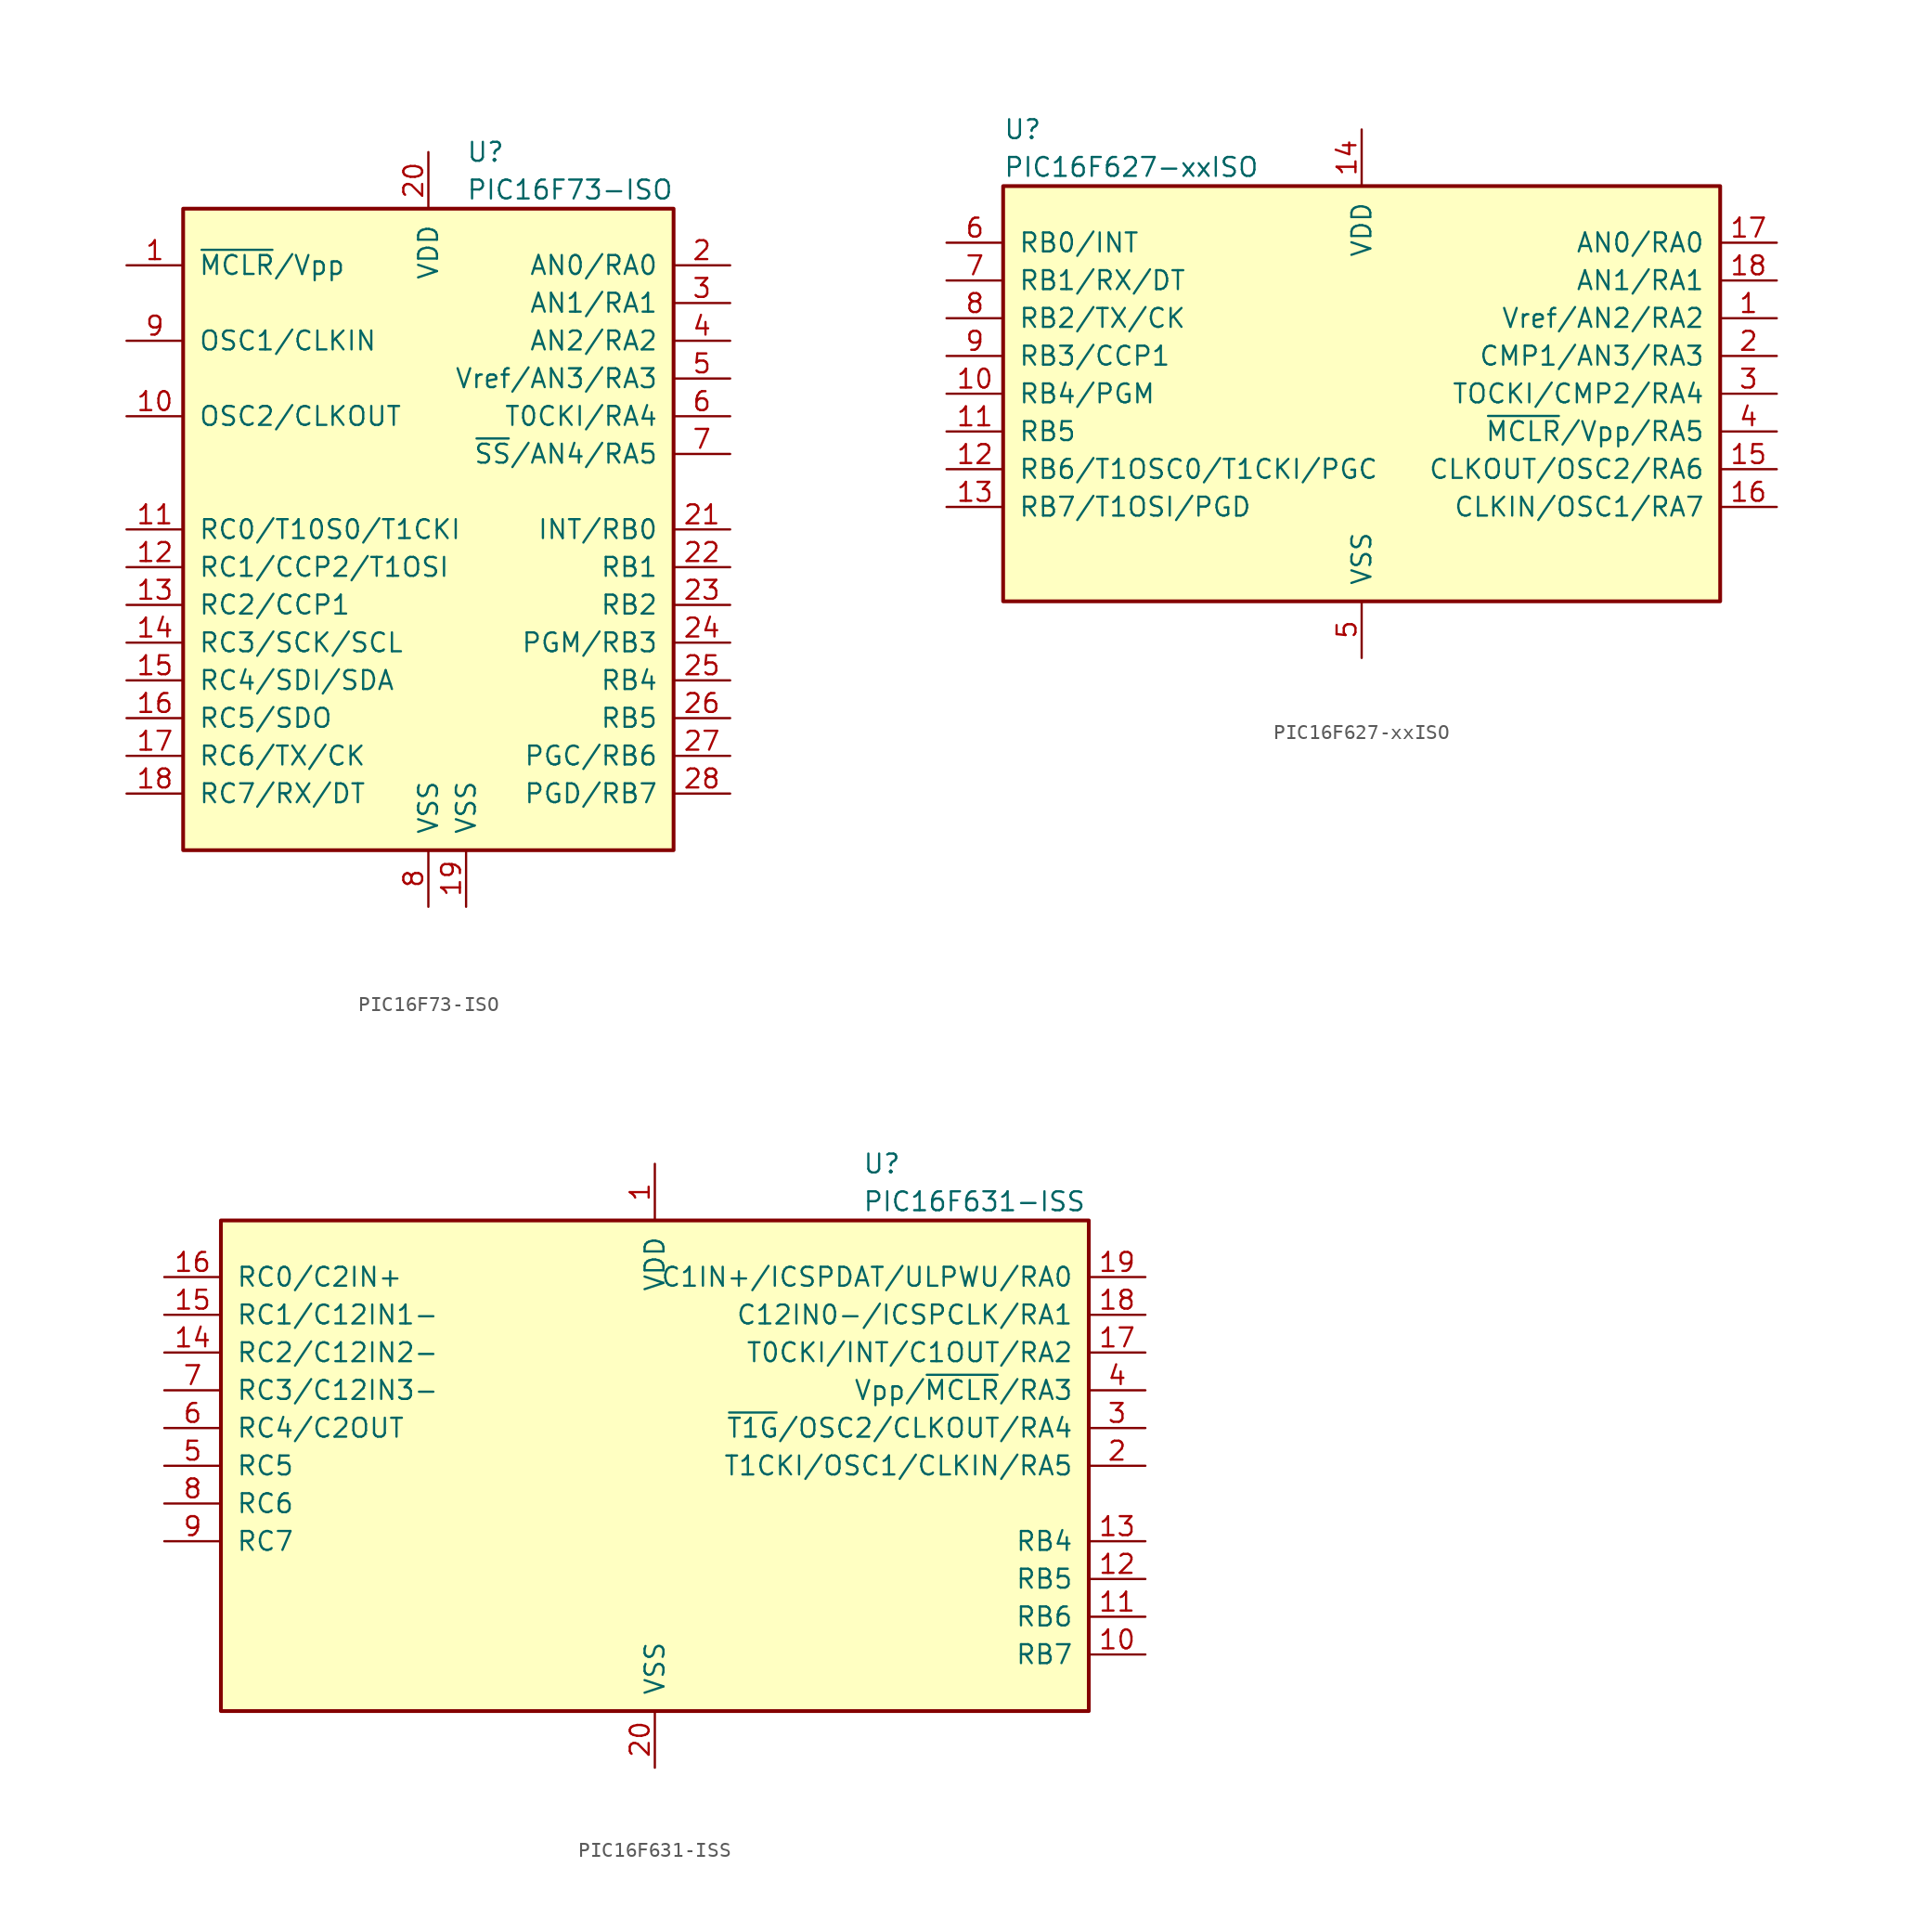
<source format=kicad_sym>
(kicad_symbol_lib
  (version 20211014)
  (generator kicad_symbol_editor)
  (symbol "PIC16F73-ISO"
    (pin_names
      (offset 1.016))
    (property "Reference" "U"
      (at 2.54 25.4 0)
      (effects (font (size 1.27 1.27)) (justify left)))
    (property "Value" "PIC16F73-ISO"
      (at 2.54 22.86 0)
      (effects (font (size 1.27 1.27)) (justify left)))
    (symbol "PIC16F73-ISO_0_1"
      (rectangle (start -16.51 -21.59) (end 16.51 21.59) (stroke (width 0.254) (type default) (color 0 0 0 0)) (fill (type background))))
    (symbol "PIC16F73-ISO_1_1"
      (pin input line (at -20.32 17.78 0) (length 3.81) (name "~{MCLR}/Vpp" (effects (font (size 1.27 1.27)))) (number "1" (effects (font (size 1.27 1.27)))))
      (pin output line (at -20.32 7.62 0) (length 3.81) (name "OSC2/CLKOUT" (effects (font (size 1.27 1.27)))) (number "10" (effects (font (size 1.27 1.27)))))
      (pin bidirectional line (at -20.32 0 0) (length 3.81) (name "RC0/T10S0/T1CKI" (effects (font (size 1.27 1.27)))) (number "11" (effects (font (size 1.27 1.27)))))
      (pin bidirectional line (at -20.32 -2.54 0) (length 3.81) (name "RC1/CCP2/T1OSI" (effects (font (size 1.27 1.27)))) (number "12" (effects (font (size 1.27 1.27)))))
      (pin bidirectional line (at -20.32 -5.08 0) (length 3.81) (name "RC2/CCP1" (effects (font (size 1.27 1.27)))) (number "13" (effects (font (size 1.27 1.27)))))
      (pin bidirectional line (at -20.32 -7.62 0) (length 3.81) (name "RC3/SCK/SCL" (effects (font (size 1.27 1.27)))) (number "14" (effects (font (size 1.27 1.27)))))
      (pin bidirectional line (at -20.32 -10.16 0) (length 3.81) (name "RC4/SDI/SDA" (effects (font (size 1.27 1.27)))) (number "15" (effects (font (size 1.27 1.27)))))
      (pin bidirectional line (at -20.32 -12.7 0) (length 3.81) (name "RC5/SDO" (effects (font (size 1.27 1.27)))) (number "16" (effects (font (size 1.27 1.27)))))
      (pin bidirectional line (at -20.32 -15.24 0) (length 3.81) (name "RC6/TX/CK" (effects (font (size 1.27 1.27)))) (number "17" (effects (font (size 1.27 1.27)))))
      (pin bidirectional line (at -20.32 -17.78 0) (length 3.81) (name "RC7/RX/DT" (effects (font (size 1.27 1.27)))) (number "18" (effects (font (size 1.27 1.27)))))
      (pin power_in line (at 2.54 -25.4 90) (length 3.81) (name "VSS" (effects (font (size 1.27 1.27)))) (number "19" (effects (font (size 1.27 1.27)))))
      (pin bidirectional line (at 20.32 17.78 180) (length 3.81) (name "AN0/RA0" (effects (font (size 1.27 1.27)))) (number "2" (effects (font (size 1.27 1.27)))))
      (pin power_in line (at 0 25.4 270) (length 3.81) (name "VDD" (effects (font (size 1.27 1.27)))) (number "20" (effects (font (size 1.27 1.27)))))
      (pin bidirectional line (at 20.32 0 180) (length 3.81) (name "INT/RB0" (effects (font (size 1.27 1.27)))) (number "21" (effects (font (size 1.27 1.27)))))
      (pin bidirectional line (at 20.32 -2.54 180) (length 3.81) (name "RB1" (effects (font (size 1.27 1.27)))) (number "22" (effects (font (size 1.27 1.27)))))
      (pin bidirectional line (at 20.32 -5.08 180) (length 3.81) (name "RB2" (effects (font (size 1.27 1.27)))) (number "23" (effects (font (size 1.27 1.27)))))
      (pin bidirectional line (at 20.32 -7.62 180) (length 3.81) (name "PGM/RB3" (effects (font (size 1.27 1.27)))) (number "24" (effects (font (size 1.27 1.27)))))
      (pin bidirectional line (at 20.32 -10.16 180) (length 3.81) (name "RB4" (effects (font (size 1.27 1.27)))) (number "25" (effects (font (size 1.27 1.27)))))
      (pin bidirectional line (at 20.32 -12.7 180) (length 3.81) (name "RB5" (effects (font (size 1.27 1.27)))) (number "26" (effects (font (size 1.27 1.27)))))
      (pin bidirectional line (at 20.32 -15.24 180) (length 3.81) (name "PGC/RB6" (effects (font (size 1.27 1.27)))) (number "27" (effects (font (size 1.27 1.27)))))
      (pin bidirectional line (at 20.32 -17.78 180) (length 3.81) (name "PGD/RB7" (effects (font (size 1.27 1.27)))) (number "28" (effects (font (size 1.27 1.27)))))
      (pin bidirectional line (at 20.32 15.24 180) (length 3.81) (name "AN1/RA1" (effects (font (size 1.27 1.27)))) (number "3" (effects (font (size 1.27 1.27)))))
      (pin bidirectional line (at 20.32 12.7 180) (length 3.81) (name "AN2/RA2" (effects (font (size 1.27 1.27)))) (number "4" (effects (font (size 1.27 1.27)))))
      (pin bidirectional line (at 20.32 10.16 180) (length 3.81) (name "Vref/AN3/RA3" (effects (font (size 1.27 1.27)))) (number "5" (effects (font (size 1.27 1.27)))))
      (pin bidirectional line (at 20.32 7.62 180) (length 3.81) (name "T0CKI/RA4" (effects (font (size 1.27 1.27)))) (number "6" (effects (font (size 1.27 1.27)))))
      (pin bidirectional line (at 20.32 5.08 180) (length 3.81) (name "~{SS}/AN4/RA5" (effects (font (size 1.27 1.27)))) (number "7" (effects (font (size 1.27 1.27)))))
      (pin power_in line (at 0 -25.4 90) (length 3.81) (name "VSS" (effects (font (size 1.27 1.27)))) (number "8" (effects (font (size 1.27 1.27)))))
      (pin input line (at -20.32 12.7 0) (length 3.81) (name "OSC1/CLKIN" (effects (font (size 1.27 1.27)))) (number "9" (effects (font (size 1.27 1.27)))))))
  (symbol "PIC16F627-xxISO"
    (pin_names
      (offset 1.016))
    (property "Reference" "U"
      (at -24.13 17.78 0)
      (effects (font (size 1.27 1.27)) (justify left)))
    (property "Value" "PIC16F627-xxISO"
      (at -24.13 15.24 0)
      (effects (font (size 1.27 1.27)) (justify left)))
    (symbol "PIC16F627-xxISO_0_1"
      (rectangle (start 24.13 13.97) (end -24.13 -13.97) (stroke (width 0.254) (type default) (color 0 0 0 0)) (fill (type background))))
    (symbol "PIC16F627-xxISO_1_1"
      (pin bidirectional line (at 27.94 5.08 180) (length 3.81) (name "Vref/AN2/RA2" (effects (font (size 1.27 1.27)))) (number "1" (effects (font (size 1.27 1.27)))))
      (pin bidirectional line (at -27.94 0 0) (length 3.81) (name "RB4/PGM" (effects (font (size 1.27 1.27)))) (number "10" (effects (font (size 1.27 1.27)))))
      (pin bidirectional line (at -27.94 -2.54 0) (length 3.81) (name "RB5" (effects (font (size 1.27 1.27)))) (number "11" (effects (font (size 1.27 1.27)))))
      (pin bidirectional line (at -27.94 -5.08 0) (length 3.81) (name "RB6/T1OSC0/T1CKI/PGC" (effects (font (size 1.27 1.27)))) (number "12" (effects (font (size 1.27 1.27)))))
      (pin bidirectional line (at -27.94 -7.62 0) (length 3.81) (name "RB7/T1OSI/PGD" (effects (font (size 1.27 1.27)))) (number "13" (effects (font (size 1.27 1.27)))))
      (pin power_in line (at 0 17.78 270) (length 3.81) (name "VDD" (effects (font (size 1.27 1.27)))) (number "14" (effects (font (size 1.27 1.27)))))
      (pin bidirectional line (at 27.94 -5.08 180) (length 3.81) (name "CLKOUT/OSC2/RA6" (effects (font (size 1.27 1.27)))) (number "15" (effects (font (size 1.27 1.27)))))
      (pin bidirectional line (at 27.94 -7.62 180) (length 3.81) (name "CLKIN/OSC1/RA7" (effects (font (size 1.27 1.27)))) (number "16" (effects (font (size 1.27 1.27)))))
      (pin bidirectional line (at 27.94 10.16 180) (length 3.81) (name "AN0/RA0" (effects (font (size 1.27 1.27)))) (number "17" (effects (font (size 1.27 1.27)))))
      (pin bidirectional line (at 27.94 7.62 180) (length 3.81) (name "AN1/RA1" (effects (font (size 1.27 1.27)))) (number "18" (effects (font (size 1.27 1.27)))))
      (pin bidirectional line (at 27.94 2.54 180) (length 3.81) (name "CMP1/AN3/RA3" (effects (font (size 1.27 1.27)))) (number "2" (effects (font (size 1.27 1.27)))))
      (pin bidirectional line (at 27.94 0 180) (length 3.81) (name "TOCKI/CMP2/RA4" (effects (font (size 1.27 1.27)))) (number "3" (effects (font (size 1.27 1.27)))))
      (pin input line (at 27.94 -2.54 180) (length 3.81) (name "~{MCLR}/Vpp/RA5" (effects (font (size 1.27 1.27)))) (number "4" (effects (font (size 1.27 1.27)))))
      (pin power_in line (at 0 -17.78 90) (length 3.81) (name "VSS" (effects (font (size 1.27 1.27)))) (number "5" (effects (font (size 1.27 1.27)))))
      (pin bidirectional line (at -27.94 10.16 0) (length 3.81) (name "RB0/INT" (effects (font (size 1.27 1.27)))) (number "6" (effects (font (size 1.27 1.27)))))
      (pin bidirectional line (at -27.94 7.62 0) (length 3.81) (name "RB1/RX/DT" (effects (font (size 1.27 1.27)))) (number "7" (effects (font (size 1.27 1.27)))))
      (pin bidirectional line (at -27.94 5.08 0) (length 3.81) (name "RB2/TX/CK" (effects (font (size 1.27 1.27)))) (number "8" (effects (font (size 1.27 1.27)))))
      (pin bidirectional line (at -27.94 2.54 0) (length 3.81) (name "RB3/CCP1" (effects (font (size 1.27 1.27)))) (number "9" (effects (font (size 1.27 1.27)))))))
  (symbol "PIC16F631-ISS"
    (pin_names
      (offset 1.016))
    (property "Reference" "U"
      (at 13.97 20.32 0)
      (effects (font (size 1.27 1.27)) (justify left)))
    (property "Value" "PIC16F631-ISS"
      (at 13.97 17.78 0)
      (effects (font (size 1.27 1.27)) (justify left)))
    (symbol "PIC16F631-ISS_0_1"
      (rectangle (start -29.21 16.51) (end 29.21 -16.51) (stroke (width 0.254) (type default) (color 0 0 0 0)) (fill (type background))))
    (symbol "PIC16F631-ISS_1_1"
      (pin power_in line (at 0 20.32 270) (length 3.81) (name "VDD" (effects (font (size 1.27 1.27)))) (number "1" (effects (font (size 1.27 1.27)))))
      (pin bidirectional line (at 33.02 -12.7 180) (length 3.81) (name "RB7" (effects (font (size 1.27 1.27)))) (number "10" (effects (font (size 1.27 1.27)))))
      (pin bidirectional line (at 33.02 -10.16 180) (length 3.81) (name "RB6" (effects (font (size 1.27 1.27)))) (number "11" (effects (font (size 1.27 1.27)))))
      (pin bidirectional line (at 33.02 -7.62 180) (length 3.81) (name "RB5" (effects (font (size 1.27 1.27)))) (number "12" (effects (font (size 1.27 1.27)))))
      (pin bidirectional line (at 33.02 -5.08 180) (length 3.81) (name "RB4" (effects (font (size 1.27 1.27)))) (number "13" (effects (font (size 1.27 1.27)))))
      (pin bidirectional line (at -33.02 7.62 0) (length 3.81) (name "RC2/C12IN2-" (effects (font (size 1.27 1.27)))) (number "14" (effects (font (size 1.27 1.27)))))
      (pin bidirectional line (at -33.02 10.16 0) (length 3.81) (name "RC1/C12IN1-" (effects (font (size 1.27 1.27)))) (number "15" (effects (font (size 1.27 1.27)))))
      (pin bidirectional line (at -33.02 12.7 0) (length 3.81) (name "RC0/C2IN+" (effects (font (size 1.27 1.27)))) (number "16" (effects (font (size 1.27 1.27)))))
      (pin bidirectional line (at 33.02 7.62 180) (length 3.81) (name "T0CKI/INT/C1OUT/RA2" (effects (font (size 1.27 1.27)))) (number "17" (effects (font (size 1.27 1.27)))))
      (pin bidirectional line (at 33.02 10.16 180) (length 3.81) (name "C12IN0-/ICSPCLK/RA1" (effects (font (size 1.27 1.27)))) (number "18" (effects (font (size 1.27 1.27)))))
      (pin bidirectional line (at 33.02 12.7 180) (length 3.81) (name "C1IN+/ICSPDAT/ULPWU/RA0" (effects (font (size 1.27 1.27)))) (number "19" (effects (font (size 1.27 1.27)))))
      (pin bidirectional line (at 33.02 0 180) (length 3.81) (name "T1CKI/OSC1/CLKIN/RA5" (effects (font (size 1.27 1.27)))) (number "2" (effects (font (size 1.27 1.27)))))
      (pin power_in line (at 0 -20.32 90) (length 3.81) (name "VSS" (effects (font (size 1.27 1.27)))) (number "20" (effects (font (size 1.27 1.27)))))
      (pin bidirectional line (at 33.02 2.54 180) (length 3.81) (name "~{T1G}/OSC2/CLKOUT/RA4" (effects (font (size 1.27 1.27)))) (number "3" (effects (font (size 1.27 1.27)))))
      (pin input line (at 33.02 5.08 180) (length 3.81) (name "Vpp/~{MCLR}/RA3" (effects (font (size 1.27 1.27)))) (number "4" (effects (font (size 1.27 1.27)))))
      (pin bidirectional line (at -33.02 0 0) (length 3.81) (name "RC5" (effects (font (size 1.27 1.27)))) (number "5" (effects (font (size 1.27 1.27)))))
      (pin bidirectional line (at -33.02 2.54 0) (length 3.81) (name "RC4/C2OUT" (effects (font (size 1.27 1.27)))) (number "6" (effects (font (size 1.27 1.27)))))
      (pin bidirectional line (at -33.02 5.08 0) (length 3.81) (name "RC3/C12IN3-" (effects (font (size 1.27 1.27)))) (number "7" (effects (font (size 1.27 1.27)))))
      (pin bidirectional line (at -33.02 -2.54 0) (length 3.81) (name "RC6" (effects (font (size 1.27 1.27)))) (number "8" (effects (font (size 1.27 1.27)))))
      (pin bidirectional line (at -33.02 -5.08 0) (length 3.81) (name "RC7" (effects (font (size 1.27 1.27)))) (number "9" (effects (font (size 1.27 1.27))))))))
</source>
